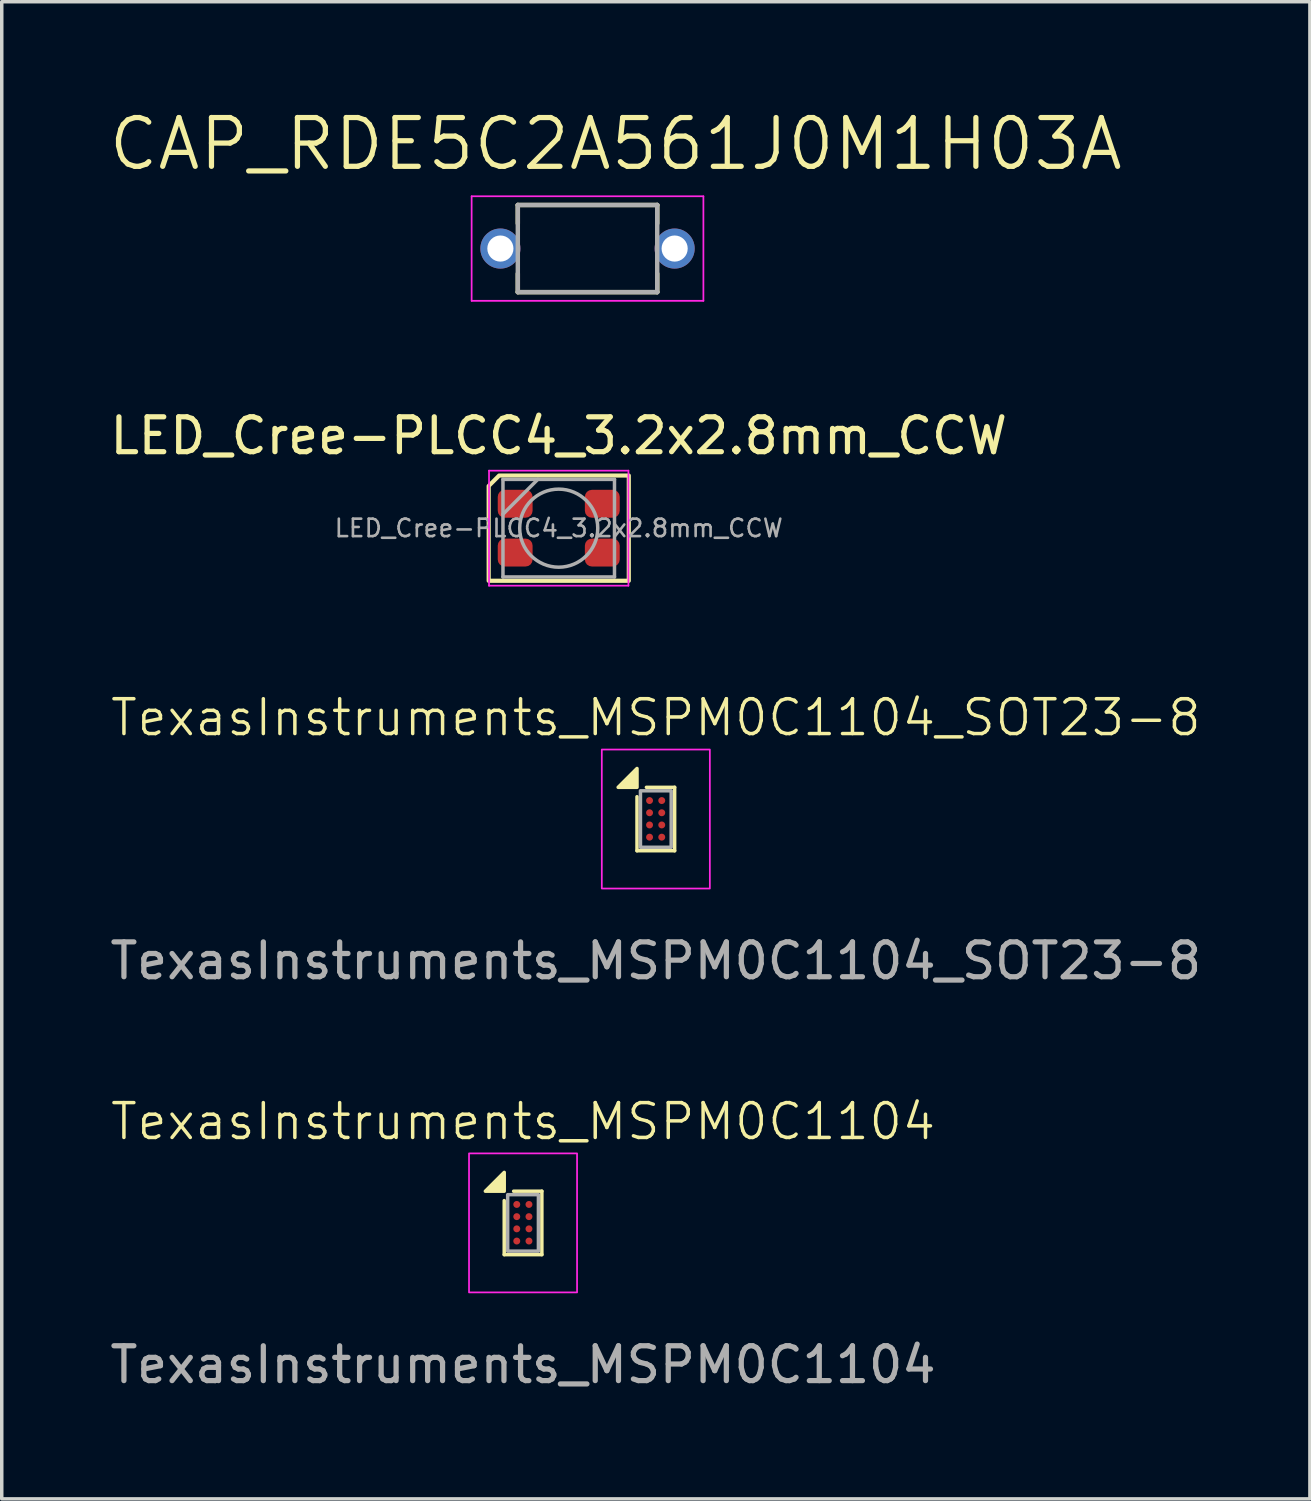
<source format=kicad_pcb>
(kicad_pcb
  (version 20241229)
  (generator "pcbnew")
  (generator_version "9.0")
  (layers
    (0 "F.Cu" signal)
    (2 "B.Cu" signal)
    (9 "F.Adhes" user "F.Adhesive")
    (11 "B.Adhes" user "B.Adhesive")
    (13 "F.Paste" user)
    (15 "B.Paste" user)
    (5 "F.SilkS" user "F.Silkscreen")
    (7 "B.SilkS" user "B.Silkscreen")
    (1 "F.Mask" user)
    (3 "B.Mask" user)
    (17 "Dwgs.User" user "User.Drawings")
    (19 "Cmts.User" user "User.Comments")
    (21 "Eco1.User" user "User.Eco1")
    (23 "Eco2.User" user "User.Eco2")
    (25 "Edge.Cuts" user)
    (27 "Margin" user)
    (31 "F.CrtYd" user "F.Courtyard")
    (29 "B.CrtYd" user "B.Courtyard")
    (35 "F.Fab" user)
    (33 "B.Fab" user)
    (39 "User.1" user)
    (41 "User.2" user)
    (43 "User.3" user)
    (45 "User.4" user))
  (footprint "TexasInstruments_MSPM0C1104"
    (layer "F.Cu")
    (at 11.958 32.04)
    (property "Reference" "TexasInstruments_MSPM0C1104" (at 0 -2.91 0) (unlocked yes) (layer "F.SilkS") (effects (font (size 1 1) (thickness 0.1))))
    (attr smd)
    (fp_line (start -0.54 0.91) (end -0.54 -0.64) (stroke (width 0.1) (type solid)) (layer "F.SilkS"))
    (fp_line (start -0.54 0.91) (end 0.54 0.91) (stroke (width 0.1) (type solid)) (layer "F.SilkS"))
    (fp_line (start 0.54 -0.91) (end -0.27 -0.91) (stroke (width 0.1) (type solid)) (layer "F.SilkS"))
    (fp_line (start 0.54 0.91) (end 0.54 -0.91) (stroke (width 0.1) (type solid)) (layer "F.SilkS"))
    (fp_poly (pts (xy -0.54 -0.91) (xy -0.54 -1.45) (xy -1.081 -0.91)) (stroke (width 0.1) (type solid)) (fill yes) (layer "F.SilkS"))
    (fp_rect (start -1.55 -1.994) (end 1.55 1.994) (stroke (width 0.05) (type default)) (fill no) (layer "F.CrtYd"))
    (fp_rect (start -0.441 -0.81) (end 0.441 0.81) (stroke (width 0.1) (type solid)) (fill no) (layer "F.Fab"))
    (fp_text user "${REFERENCE}" (at 0 4.07 0) (unlocked yes) (layer "F.Fab") (effects (font (size 1 1) (thickness 0.15))))
    (pad "A1" smd circle (at -0.18 -0.53) (size 0.2 0.2) (layers "F.Cu" "F.Mask" "F.Paste"))
    (pad "A2" smd circle (at 0.17 -0.53) (size 0.2 0.2) (layers "F.Cu" "F.Mask" "F.Paste"))
    (pad "B1" smd circle (at -0.18 -0.18) (size 0.2 0.2) (layers "F.Cu" "F.Mask" "F.Paste"))
    (pad "B2" smd circle (at 0.17 -0.18) (size 0.2 0.2) (layers "F.Cu" "F.Mask" "F.Paste"))
    (pad "C1" smd circle (at -0.18 0.17) (size 0.2 0.2) (layers "F.Cu" "F.Mask" "F.Paste"))
    (pad "C2" smd circle (at 0.17 0.17) (size 0.2 0.2) (layers "F.Cu" "F.Mask" "F.Paste"))
    (pad "D1" smd circle (at -0.18 0.52) (size 0.2 0.2) (layers "F.Cu" "F.Mask" "F.Paste"))
    (pad "D2" smd circle (at 0.17 0.52) (size 0.2 0.2) (layers "F.Cu" "F.Mask" "F.Paste")))
  (footprint "TexasInstruments_MSPM0C1104_SOT23-8"
    (layer "F.Cu")
    (at 15.768 20.451)
    (property "Reference" "TexasInstruments_MSPM0C1104_SOT23-8" (at 0 -2.91 0) (unlocked yes) (layer "F.SilkS") (effects (font (size 1 1) (thickness 0.1))))
    (attr smd)
    (fp_line (start -0.54 0.91) (end -0.54 -0.64) (stroke (width 0.1) (type solid)) (layer "F.SilkS"))
    (fp_line (start -0.54 0.91) (end 0.54 0.91) (stroke (width 0.1) (type solid)) (layer "F.SilkS"))
    (fp_line (start 0.54 -0.91) (end -0.27 -0.91) (stroke (width 0.1) (type solid)) (layer "F.SilkS"))
    (fp_line (start 0.54 0.91) (end 0.54 -0.91) (stroke (width 0.1) (type solid)) (layer "F.SilkS"))
    (fp_poly (pts (xy -0.54 -0.91) (xy -0.54 -1.45) (xy -1.081 -0.91)) (stroke (width 0.1) (type solid)) (fill yes) (layer "F.SilkS"))
    (fp_rect (start -1.55 -1.994) (end 1.55 1.994) (stroke (width 0.05) (type default)) (fill no) (layer "F.CrtYd"))
    (fp_rect (start -0.441 -0.81) (end 0.441 0.81) (stroke (width 0.1) (type solid)) (fill no) (layer "F.Fab"))
    (fp_text user "${REFERENCE}" (at 0 4.07 0) (unlocked yes) (layer "F.Fab") (effects (font (size 1 1) (thickness 0.15))))
    (pad "A1" smd circle (at -0.18 -0.53) (size 0.2 0.2) (layers "F.Cu" "F.Mask" "F.Paste"))
    (pad "A2" smd circle (at 0.17 -0.53) (size 0.2 0.2) (layers "F.Cu" "F.Mask" "F.Paste"))
    (pad "B1" smd circle (at -0.18 -0.18) (size 0.2 0.2) (layers "F.Cu" "F.Mask" "F.Paste"))
    (pad "B2" smd circle (at 0.17 -0.18) (size 0.2 0.2) (layers "F.Cu" "F.Mask" "F.Paste"))
    (pad "C1" smd circle (at -0.18 0.17) (size 0.2 0.2) (layers "F.Cu" "F.Mask" "F.Paste"))
    (pad "C2" smd circle (at 0.17 0.17) (size 0.2 0.2) (layers "F.Cu" "F.Mask" "F.Paste"))
    (pad "D1" smd circle (at -0.18 0.52) (size 0.2 0.2) (layers "F.Cu" "F.Mask" "F.Paste"))
    (pad "D2" smd circle (at 0.17 0.52) (size 0.2 0.2) (layers "F.Cu" "F.Mask" "F.Paste")))
  (footprint "CAP_RDE5C2A561J0M1H03A"
    (layer "F.Cu")
    (at 13.808 4.082)
    (property "Reference" "CAP_RDE5C2A561J0M1H03A" (at 0.81 -3 0) (layer "F.SilkS") (effects (font (size 1.4 1.4) (thickness 0.15))))
    (attr through_hole)
    (fp_line (start -2 -1.25) (end -2 -0.72) (stroke (width 0.127) (type solid)) (layer "F.SilkS"))
    (fp_line (start -2 -1.25) (end 2 -1.25) (stroke (width 0.127) (type solid)) (layer "F.SilkS"))
    (fp_line (start -2 1.25) (end -2 0.72) (stroke (width 0.127) (type solid)) (layer "F.SilkS"))
    (fp_line (start 2 -1.25) (end 2 -0.72) (stroke (width 0.127) (type solid)) (layer "F.SilkS"))
    (fp_line (start 2 1.25) (end -2 1.25) (stroke (width 0.127) (type solid)) (layer "F.SilkS"))
    (fp_line (start 2 1.25) (end 2 0.72) (stroke (width 0.127) (type solid)) (layer "F.SilkS"))
    (fp_line (start -3.325 -1.5) (end 3.325 -1.5) (stroke (width 0.05) (type solid)) (layer "F.CrtYd"))
    (fp_line (start -3.325 1.5) (end -3.325 -1.5) (stroke (width 0.05) (type solid)) (layer "F.CrtYd"))
    (fp_line (start 3.325 -1.5) (end 3.325 1.5) (stroke (width 0.05) (type solid)) (layer "F.CrtYd"))
    (fp_line (start 3.325 1.5) (end -3.325 1.5) (stroke (width 0.05) (type solid)) (layer "F.CrtYd"))
    (fp_line (start -2 -1.25) (end 2 -1.25) (stroke (width 0.127) (type solid)) (layer "F.Fab"))
    (fp_line (start -2 1.25) (end -2 -1.25) (stroke (width 0.127) (type solid)) (layer "F.Fab"))
    (fp_line (start 2 -1.25) (end 2 1.25) (stroke (width 0.127) (type solid)) (layer "F.Fab"))
    (fp_line (start 2 1.25) (end -2 1.25) (stroke (width 0.127) (type solid)) (layer "F.Fab"))
    (pad "1" thru_hole circle (at -2.5 0) (size 1.15 1.15) (drill 0.75) (layers "*.Cu" "*.Mask"))
    (pad "2" thru_hole circle (at 2.5 0) (size 1.15 1.15) (drill 0.75) (layers "*.Cu" "*.Mask")))
  (footprint "LED_Cree-PLCC4_3.2x2.8mm_CCW"
    (layer "F.Cu")
    (at 12.982 12.105)
    (property "Reference" "LED_Cree-PLCC4_3.2x2.8mm_CCW" (at 0 -2.65 0) (layer "F.SilkS") (effects (font (size 1 1) (thickness 0.15))))
    (attr smd)
    (fp_poly (pts (xy -2.01 -1.21) (xy -2.01 1.51) (xy 2.01 1.51) (xy 2.01 -1.51) (xy -1.71 -1.51)) (stroke (width 0.12) (type solid)) (fill no) (layer "F.SilkS"))
    (fp_line (start -2 -1.65) (end -2 1.65) (stroke (width 0.05) (type solid)) (layer "F.CrtYd"))
    (fp_line (start -2 1.65) (end 2 1.65) (stroke (width 0.05) (type solid)) (layer "F.CrtYd"))
    (fp_line (start 2 -1.65) (end -2 -1.65) (stroke (width 0.05) (type solid)) (layer "F.CrtYd"))
    (fp_line (start 2 1.65) (end 2 -1.65) (stroke (width 0.05) (type solid)) (layer "F.CrtYd"))
    (fp_line (start -1.6 -1.4) (end -1.6 1.4) (stroke (width 0.1) (type solid)) (layer "F.Fab"))
    (fp_line (start -1.6 1.4) (end 1.6 1.4) (stroke (width 0.1) (type solid)) (layer "F.Fab"))
    (fp_line (start -0.6 -1.4) (end -1.6 -0.4) (stroke (width 0.1) (type solid)) (layer "F.Fab"))
    (fp_line (start 1.6 -1.4) (end -1.6 -1.4) (stroke (width 0.1) (type solid)) (layer "F.Fab"))
    (fp_line (start 1.6 1.4) (end 1.6 -1.4) (stroke (width 0.1) (type solid)) (layer "F.Fab"))
    (fp_circle (center 0 0) (end 1.12 0) (stroke (width 0.1) (type solid)) (fill no) (layer "F.Fab"))
    (fp_text user "${REFERENCE}" (at 0 0 0) (layer "F.Fab") (effects (font (size 0.5 0.5) (thickness 0.075))))
    (pad "1" smd roundrect (at -1.25 -0.7) (size 1 0.8) (layers "F.Cu" "F.Mask" "F.Paste") (roundrect_rratio 0.25))
    (pad "2" smd roundrect (at -1.25 0.7) (size 1 0.8) (layers "F.Cu" "F.Mask" "F.Paste") (roundrect_rratio 0.25))
    (pad "3" smd roundrect (at 1.25 0.7) (size 1 0.8) (layers "F.Cu" "F.Mask" "F.Paste") (roundrect_rratio 0.25))
    (pad "4" smd roundrect (at 1.25 -0.7) (size 1 0.8) (layers "F.Cu" "F.Mask" "F.Paste") (roundrect_rratio 0.25)))
  (gr_rect
    (start -3 -3)
    (end 34.536 39.958)
    (stroke (width 0.1) (type default))
    (fill no)
    (layer "Edge.Cuts")))
</source>
